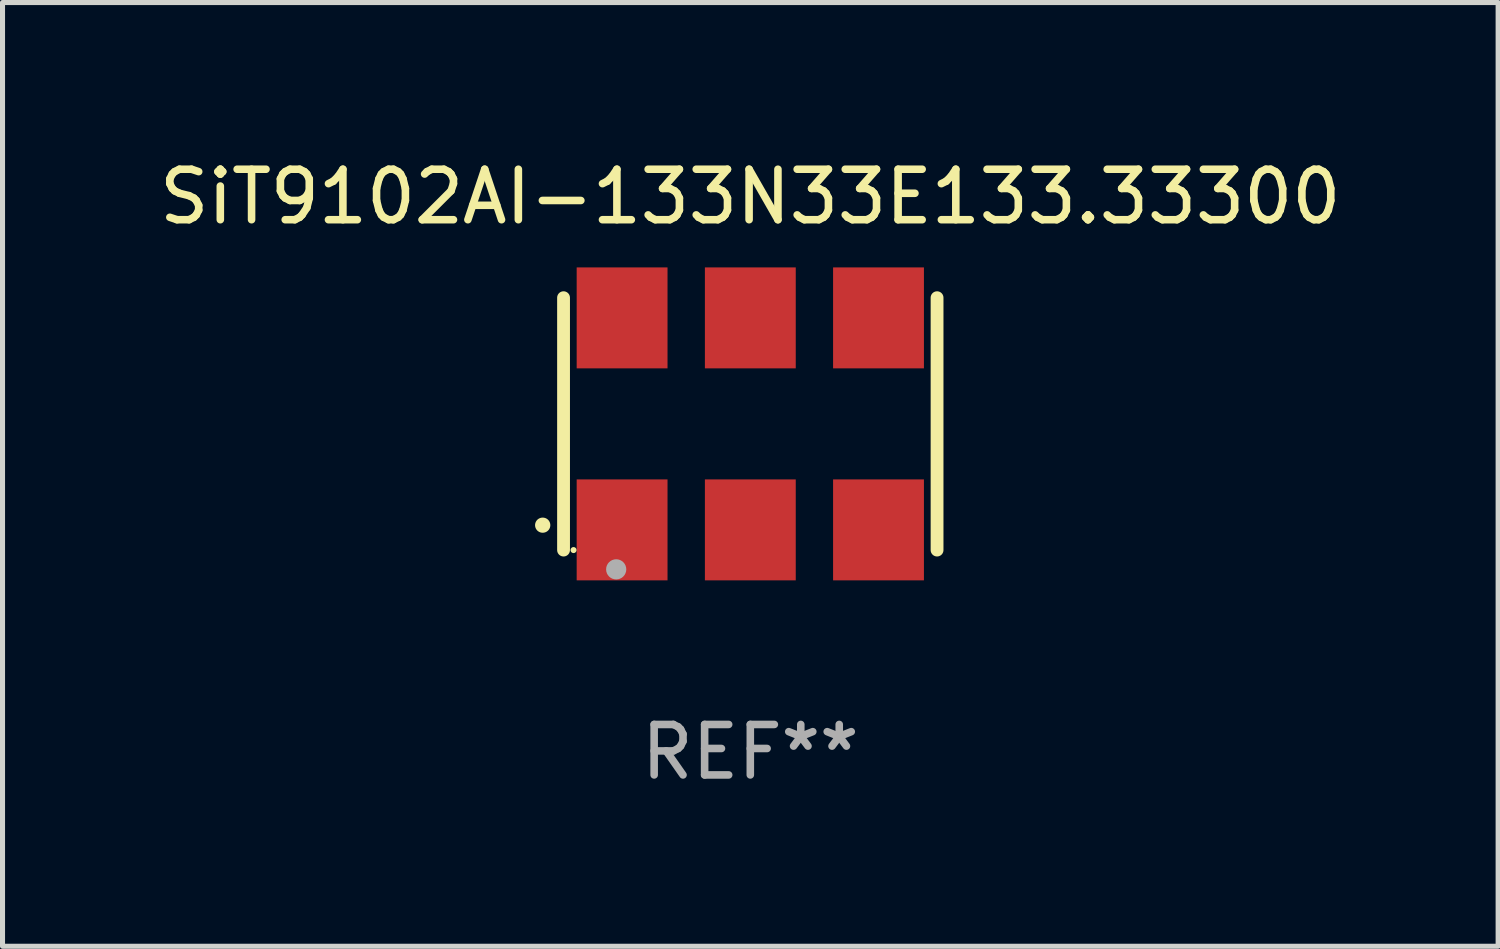
<source format=kicad_pcb>
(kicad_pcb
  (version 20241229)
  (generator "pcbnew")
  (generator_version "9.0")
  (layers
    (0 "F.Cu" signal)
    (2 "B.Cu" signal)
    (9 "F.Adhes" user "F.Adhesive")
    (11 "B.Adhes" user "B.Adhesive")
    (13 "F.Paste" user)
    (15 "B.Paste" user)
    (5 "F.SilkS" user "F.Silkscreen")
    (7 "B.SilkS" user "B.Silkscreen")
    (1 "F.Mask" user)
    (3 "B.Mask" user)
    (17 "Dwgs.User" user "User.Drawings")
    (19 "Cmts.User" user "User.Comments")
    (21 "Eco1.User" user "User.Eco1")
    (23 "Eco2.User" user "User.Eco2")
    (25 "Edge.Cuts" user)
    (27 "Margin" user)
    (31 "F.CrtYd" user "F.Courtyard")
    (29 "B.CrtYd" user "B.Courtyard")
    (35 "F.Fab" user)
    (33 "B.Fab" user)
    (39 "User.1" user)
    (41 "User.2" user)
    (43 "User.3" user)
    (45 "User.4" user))
  (footprint "SiT9102AI-133N33E133.33300"
    (layer "F.Cu")
    (at 11.815 5.348)
    (property "Reference" "SiT9102AI-133N33E133.33300" (at 0 -4.5 0) (layer "F.SilkS") (effects (font (size 1 1) (thickness 0.15))))
    (attr through_hole)
    (fp_line (start -3.7 -2.5) (end -3.7 2.5) (stroke (width 0.254) (type solid)) (layer "F.SilkS"))
    (fp_line (start 3.7 -2.5) (end 3.7 2.5) (stroke (width 0.254) (type solid)) (layer "F.SilkS"))
    (fp_arc (start -4.114415 2.006604) (mid -4.113145 2.006599) (end -4.111875 2.006604) (stroke (width 0.3) (type solid)) (layer "F.SilkS"))
    (fp_circle (center -3.502 2.5) (end -3.472 2.5) (stroke (width 0.06) (type solid)) (fill no) (layer "F.SilkS"))
    (fp_circle (center -2.657 2.882) (end -2.557 2.882) (stroke (width 0.2) (type solid)) (fill no) (layer "F.Fab"))
    (fp_text user "REF**" (at 0 6.5 0) (layer "F.Fab") (effects (font (size 1 1) (thickness 0.15))))
    (pad "1" smd rect (at -2.54 2.1) (size 1.8 2) (layers "F.Cu" "F.Mask" "F.Paste"))
    (pad "2" smd rect (at 0.000394 2.1) (size 1.8 2) (layers "F.Cu" "F.Mask" "F.Paste"))
    (pad "3" smd rect (at 2.54 2.1) (size 1.8 2) (layers "F.Cu" "F.Mask" "F.Paste"))
    (pad "4" smd rect (at 2.54 -2.1) (size 1.8 2) (layers "F.Cu" "F.Mask" "F.Paste"))
    (pad "5" smd rect (at 0.000394 -2.1) (size 1.8 2) (layers "F.Cu" "F.Mask" "F.Paste"))
    (pad "6" smd rect (at -2.54 -2.1) (size 1.8 2) (layers "F.Cu" "F.Mask" "F.Paste")))
  (gr_rect
    (start -3 -3)
    (end 26.631 15.697)
    (stroke (width 0.1) (type default))
    (fill no)
    (layer "Edge.Cuts")))
</source>
